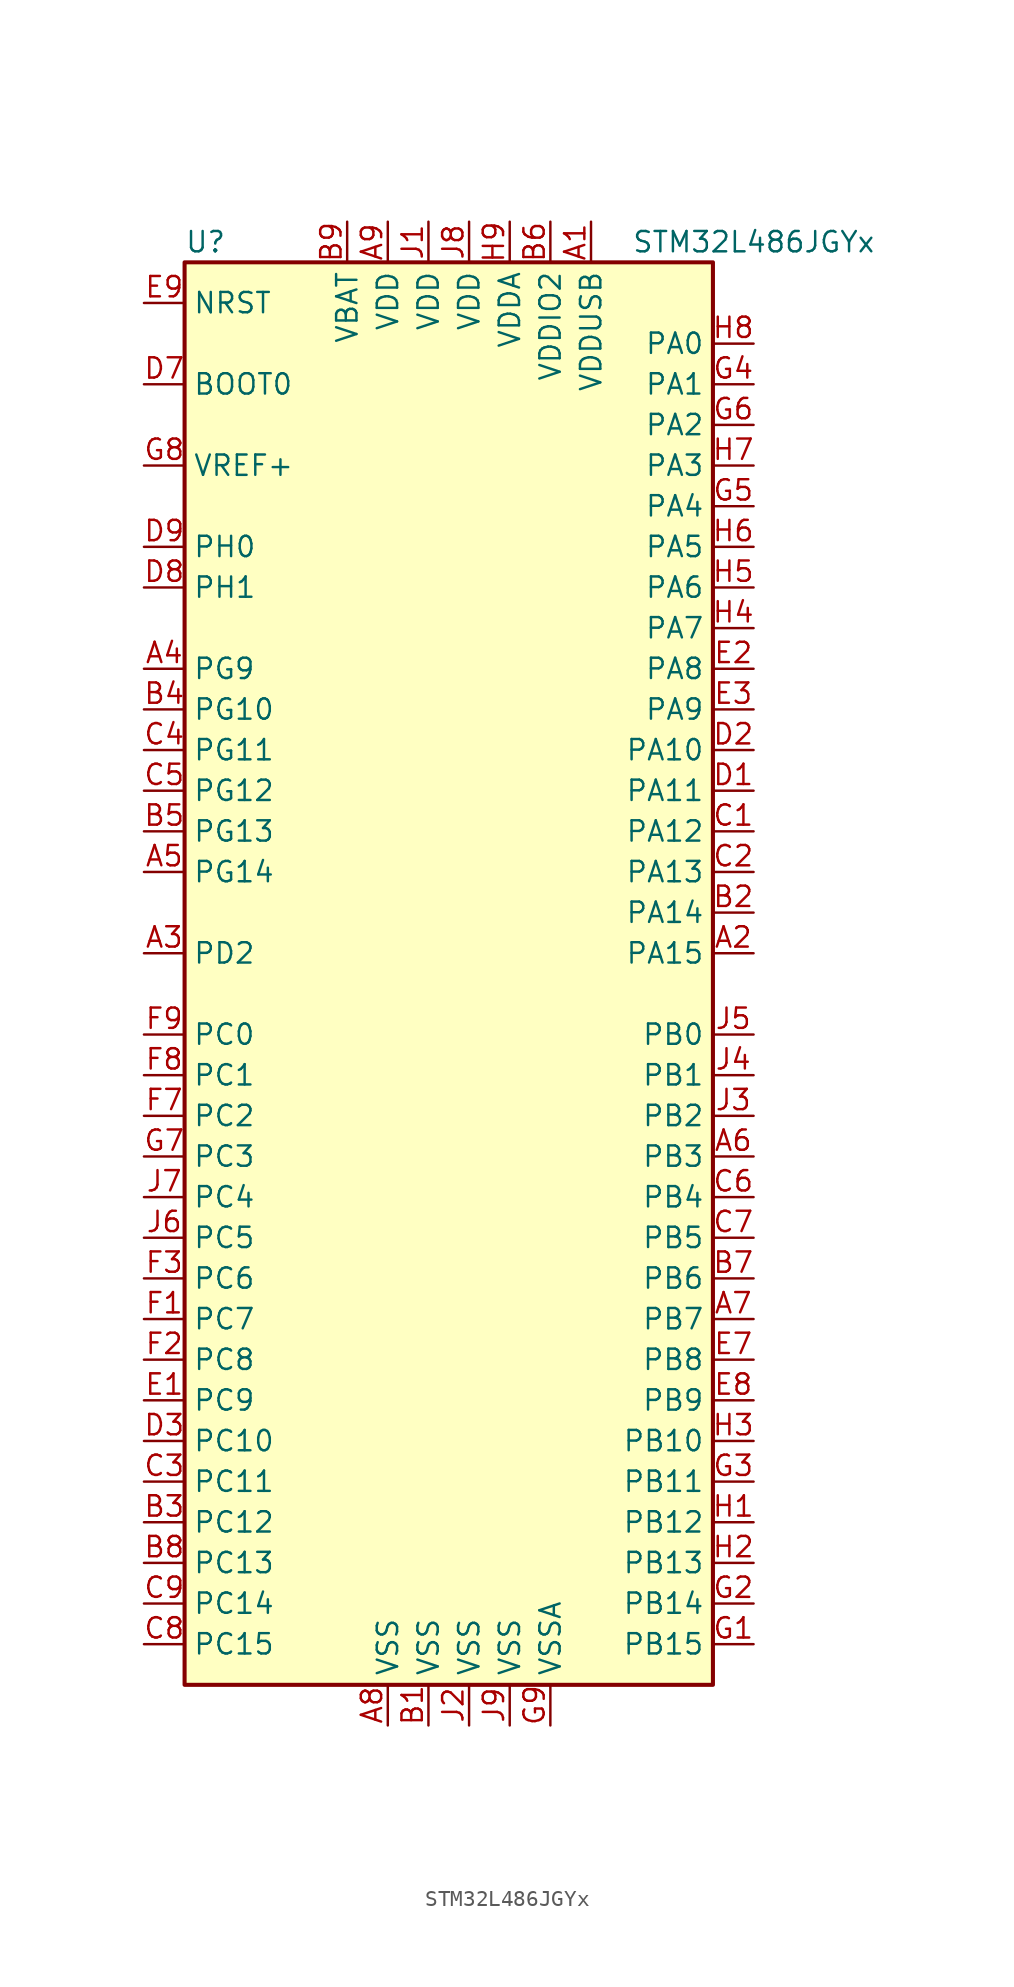
<source format=kicad_sym>
(kicad_symbol_lib
  (version 20220914)
  (generator kicad_symbol_editor)
  (symbol "STM32L486JGYx"
    (property "Reference" "U"
      (at -17.78 44.45 0)
      (effects (font (size 1.27 1.27)) (justify left)))
    (property "Value" "STM32L486JGYx"
      (at 10.16 44.45 0)
      (effects (font (size 1.27 1.27)) (justify left)))
    (symbol "STM32L486JGYx_0_1"
      (rectangle (start -17.78 -45.72) (end 15.24 43.18) (stroke (width 0.254) (type default)) (fill (type background))))
    (symbol "STM32L486JGYx_1_1"
      (pin power_in line (at 7.62 45.72 270) (length 2.54) (name "VDDUSB" (effects (font (size 1.27 1.27)))) (number "A1" (effects (font (size 1.27 1.27)))))
      (pin bidirectional line (at 17.78 0 180) (length 2.54) (name "PA15" (effects (font (size 1.27 1.27)))) (number "A2" (effects (font (size 1.27 1.27)))))
      (pin bidirectional line (at -20.32 0 0) (length 2.54) (name "PD2" (effects (font (size 1.27 1.27)))) (number "A3" (effects (font (size 1.27 1.27)))))
      (pin bidirectional line (at -20.32 17.78 0) (length 2.54) (name "PG9" (effects (font (size 1.27 1.27)))) (number "A4" (effects (font (size 1.27 1.27)))))
      (pin bidirectional line (at -20.32 5.08 0) (length 2.54) (name "PG14" (effects (font (size 1.27 1.27)))) (number "A5" (effects (font (size 1.27 1.27)))))
      (pin bidirectional line (at 17.78 -12.7 180) (length 2.54) (name "PB3" (effects (font (size 1.27 1.27)))) (number "A6" (effects (font (size 1.27 1.27)))))
      (pin bidirectional line (at 17.78 -22.86 180) (length 2.54) (name "PB7" (effects (font (size 1.27 1.27)))) (number "A7" (effects (font (size 1.27 1.27)))))
      (pin power_in line (at -5.08 -48.26 90) (length 2.54) (name "VSS" (effects (font (size 1.27 1.27)))) (number "A8" (effects (font (size 1.27 1.27)))))
      (pin power_in line (at -5.08 45.72 270) (length 2.54) (name "VDD" (effects (font (size 1.27 1.27)))) (number "A9" (effects (font (size 1.27 1.27)))))
      (pin power_in line (at -2.54 -48.26 90) (length 2.54) (name "VSS" (effects (font (size 1.27 1.27)))) (number "B1" (effects (font (size 1.27 1.27)))))
      (pin bidirectional line (at 17.78 2.54 180) (length 2.54) (name "PA14" (effects (font (size 1.27 1.27)))) (number "B2" (effects (font (size 1.27 1.27)))))
      (pin bidirectional line (at -20.32 -35.56 0) (length 2.54) (name "PC12" (effects (font (size 1.27 1.27)))) (number "B3" (effects (font (size 1.27 1.27)))))
      (pin bidirectional line (at -20.32 15.24 0) (length 2.54) (name "PG10" (effects (font (size 1.27 1.27)))) (number "B4" (effects (font (size 1.27 1.27)))))
      (pin bidirectional line (at -20.32 7.62 0) (length 2.54) (name "PG13" (effects (font (size 1.27 1.27)))) (number "B5" (effects (font (size 1.27 1.27)))))
      (pin power_in line (at 5.08 45.72 270) (length 2.54) (name "VDDIO2" (effects (font (size 1.27 1.27)))) (number "B6" (effects (font (size 1.27 1.27)))))
      (pin bidirectional line (at 17.78 -20.32 180) (length 2.54) (name "PB6" (effects (font (size 1.27 1.27)))) (number "B7" (effects (font (size 1.27 1.27)))))
      (pin bidirectional line (at -20.32 -38.1 0) (length 2.54) (name "PC13" (effects (font (size 1.27 1.27)))) (number "B8" (effects (font (size 1.27 1.27)))))
      (pin power_in line (at -7.62 45.72 270) (length 2.54) (name "VBAT" (effects (font (size 1.27 1.27)))) (number "B9" (effects (font (size 1.27 1.27)))))
      (pin bidirectional line (at 17.78 7.62 180) (length 2.54) (name "PA12" (effects (font (size 1.27 1.27)))) (number "C1" (effects (font (size 1.27 1.27)))))
      (pin bidirectional line (at 17.78 5.08 180) (length 2.54) (name "PA13" (effects (font (size 1.27 1.27)))) (number "C2" (effects (font (size 1.27 1.27)))))
      (pin bidirectional line (at -20.32 -33.02 0) (length 2.54) (name "PC11" (effects (font (size 1.27 1.27)))) (number "C3" (effects (font (size 1.27 1.27)))))
      (pin bidirectional line (at -20.32 12.7 0) (length 2.54) (name "PG11" (effects (font (size 1.27 1.27)))) (number "C4" (effects (font (size 1.27 1.27)))))
      (pin bidirectional line (at -20.32 10.16 0) (length 2.54) (name "PG12" (effects (font (size 1.27 1.27)))) (number "C5" (effects (font (size 1.27 1.27)))))
      (pin bidirectional line (at 17.78 -15.24 180) (length 2.54) (name "PB4" (effects (font (size 1.27 1.27)))) (number "C6" (effects (font (size 1.27 1.27)))))
      (pin bidirectional line (at 17.78 -17.78 180) (length 2.54) (name "PB5" (effects (font (size 1.27 1.27)))) (number "C7" (effects (font (size 1.27 1.27)))))
      (pin bidirectional line (at -20.32 -43.18 0) (length 2.54) (name "PC15" (effects (font (size 1.27 1.27)))) (number "C8" (effects (font (size 1.27 1.27)))))
      (pin bidirectional line (at -20.32 -40.64 0) (length 2.54) (name "PC14" (effects (font (size 1.27 1.27)))) (number "C9" (effects (font (size 1.27 1.27)))))
      (pin bidirectional line (at 17.78 10.16 180) (length 2.54) (name "PA11" (effects (font (size 1.27 1.27)))) (number "D1" (effects (font (size 1.27 1.27)))))
      (pin bidirectional line (at 17.78 12.7 180) (length 2.54) (name "PA10" (effects (font (size 1.27 1.27)))) (number "D2" (effects (font (size 1.27 1.27)))))
      (pin bidirectional line (at -20.32 -30.48 0) (length 2.54) (name "PC10" (effects (font (size 1.27 1.27)))) (number "D3" (effects (font (size 1.27 1.27)))))
      (pin input line (at -20.32 35.56 0) (length 2.54) (name "BOOT0" (effects (font (size 1.27 1.27)))) (number "D7" (effects (font (size 1.27 1.27)))))
      (pin input line (at -20.32 22.86 0) (length 2.54) (name "PH1" (effects (font (size 1.27 1.27)))) (number "D8" (effects (font (size 1.27 1.27)))))
      (pin input line (at -20.32 25.4 0) (length 2.54) (name "PH0" (effects (font (size 1.27 1.27)))) (number "D9" (effects (font (size 1.27 1.27)))))
      (pin bidirectional line (at -20.32 -27.94 0) (length 2.54) (name "PC9" (effects (font (size 1.27 1.27)))) (number "E1" (effects (font (size 1.27 1.27)))))
      (pin bidirectional line (at 17.78 17.78 180) (length 2.54) (name "PA8" (effects (font (size 1.27 1.27)))) (number "E2" (effects (font (size 1.27 1.27)))))
      (pin bidirectional line (at 17.78 15.24 180) (length 2.54) (name "PA9" (effects (font (size 1.27 1.27)))) (number "E3" (effects (font (size 1.27 1.27)))))
      (pin bidirectional line (at 17.78 -25.4 180) (length 2.54) (name "PB8" (effects (font (size 1.27 1.27)))) (number "E7" (effects (font (size 1.27 1.27)))))
      (pin bidirectional line (at 17.78 -27.94 180) (length 2.54) (name "PB9" (effects (font (size 1.27 1.27)))) (number "E8" (effects (font (size 1.27 1.27)))))
      (pin input line (at -20.32 40.64 0) (length 2.54) (name "NRST" (effects (font (size 1.27 1.27)))) (number "E9" (effects (font (size 1.27 1.27)))))
      (pin bidirectional line (at -20.32 -22.86 0) (length 2.54) (name "PC7" (effects (font (size 1.27 1.27)))) (number "F1" (effects (font (size 1.27 1.27)))))
      (pin bidirectional line (at -20.32 -25.4 0) (length 2.54) (name "PC8" (effects (font (size 1.27 1.27)))) (number "F2" (effects (font (size 1.27 1.27)))))
      (pin bidirectional line (at -20.32 -20.32 0) (length 2.54) (name "PC6" (effects (font (size 1.27 1.27)))) (number "F3" (effects (font (size 1.27 1.27)))))
      (pin bidirectional line (at -20.32 -10.16 0) (length 2.54) (name "PC2" (effects (font (size 1.27 1.27)))) (number "F7" (effects (font (size 1.27 1.27)))))
      (pin bidirectional line (at -20.32 -7.62 0) (length 2.54) (name "PC1" (effects (font (size 1.27 1.27)))) (number "F8" (effects (font (size 1.27 1.27)))))
      (pin bidirectional line (at -20.32 -5.08 0) (length 2.54) (name "PC0" (effects (font (size 1.27 1.27)))) (number "F9" (effects (font (size 1.27 1.27)))))
      (pin bidirectional line (at 17.78 -43.18 180) (length 2.54) (name "PB15" (effects (font (size 1.27 1.27)))) (number "G1" (effects (font (size 1.27 1.27)))))
      (pin bidirectional line (at 17.78 -40.64 180) (length 2.54) (name "PB14" (effects (font (size 1.27 1.27)))) (number "G2" (effects (font (size 1.27 1.27)))))
      (pin bidirectional line (at 17.78 -33.02 180) (length 2.54) (name "PB11" (effects (font (size 1.27 1.27)))) (number "G3" (effects (font (size 1.27 1.27)))))
      (pin bidirectional line (at 17.78 35.56 180) (length 2.54) (name "PA1" (effects (font (size 1.27 1.27)))) (number "G4" (effects (font (size 1.27 1.27)))))
      (pin bidirectional line (at 17.78 27.94 180) (length 2.54) (name "PA4" (effects (font (size 1.27 1.27)))) (number "G5" (effects (font (size 1.27 1.27)))))
      (pin bidirectional line (at 17.78 33.02 180) (length 2.54) (name "PA2" (effects (font (size 1.27 1.27)))) (number "G6" (effects (font (size 1.27 1.27)))))
      (pin bidirectional line (at -20.32 -12.7 0) (length 2.54) (name "PC3" (effects (font (size 1.27 1.27)))) (number "G7" (effects (font (size 1.27 1.27)))))
      (pin bidirectional line (at -20.32 30.48 0) (length 2.54) (name "VREF+" (effects (font (size 1.27 1.27)))) (number "G8" (effects (font (size 1.27 1.27)))))
      (pin power_in line (at 5.08 -48.26 90) (length 2.54) (name "VSSA" (effects (font (size 1.27 1.27)))) (number "G9" (effects (font (size 1.27 1.27)))))
      (pin bidirectional line (at 17.78 -35.56 180) (length 2.54) (name "PB12" (effects (font (size 1.27 1.27)))) (number "H1" (effects (font (size 1.27 1.27)))))
      (pin bidirectional line (at 17.78 -38.1 180) (length 2.54) (name "PB13" (effects (font (size 1.27 1.27)))) (number "H2" (effects (font (size 1.27 1.27)))))
      (pin bidirectional line (at 17.78 -30.48 180) (length 2.54) (name "PB10" (effects (font (size 1.27 1.27)))) (number "H3" (effects (font (size 1.27 1.27)))))
      (pin bidirectional line (at 17.78 20.32 180) (length 2.54) (name "PA7" (effects (font (size 1.27 1.27)))) (number "H4" (effects (font (size 1.27 1.27)))))
      (pin bidirectional line (at 17.78 22.86 180) (length 2.54) (name "PA6" (effects (font (size 1.27 1.27)))) (number "H5" (effects (font (size 1.27 1.27)))))
      (pin bidirectional line (at 17.78 25.4 180) (length 2.54) (name "PA5" (effects (font (size 1.27 1.27)))) (number "H6" (effects (font (size 1.27 1.27)))))
      (pin bidirectional line (at 17.78 30.48 180) (length 2.54) (name "PA3" (effects (font (size 1.27 1.27)))) (number "H7" (effects (font (size 1.27 1.27)))))
      (pin bidirectional line (at 17.78 38.1 180) (length 2.54) (name "PA0" (effects (font (size 1.27 1.27)))) (number "H8" (effects (font (size 1.27 1.27)))))
      (pin power_in line (at 2.54 45.72 270) (length 2.54) (name "VDDA" (effects (font (size 1.27 1.27)))) (number "H9" (effects (font (size 1.27 1.27)))))
      (pin power_in line (at -2.54 45.72 270) (length 2.54) (name "VDD" (effects (font (size 1.27 1.27)))) (number "J1" (effects (font (size 1.27 1.27)))))
      (pin power_in line (at 0 -48.26 90) (length 2.54) (name "VSS" (effects (font (size 1.27 1.27)))) (number "J2" (effects (font (size 1.27 1.27)))))
      (pin bidirectional line (at 17.78 -10.16 180) (length 2.54) (name "PB2" (effects (font (size 1.27 1.27)))) (number "J3" (effects (font (size 1.27 1.27)))))
      (pin bidirectional line (at 17.78 -7.62 180) (length 2.54) (name "PB1" (effects (font (size 1.27 1.27)))) (number "J4" (effects (font (size 1.27 1.27)))))
      (pin bidirectional line (at 17.78 -5.08 180) (length 2.54) (name "PB0" (effects (font (size 1.27 1.27)))) (number "J5" (effects (font (size 1.27 1.27)))))
      (pin bidirectional line (at -20.32 -17.78 0) (length 2.54) (name "PC5" (effects (font (size 1.27 1.27)))) (number "J6" (effects (font (size 1.27 1.27)))))
      (pin bidirectional line (at -20.32 -15.24 0) (length 2.54) (name "PC4" (effects (font (size 1.27 1.27)))) (number "J7" (effects (font (size 1.27 1.27)))))
      (pin power_in line (at 0 45.72 270) (length 2.54) (name "VDD" (effects (font (size 1.27 1.27)))) (number "J8" (effects (font (size 1.27 1.27)))))
      (pin power_in line (at 2.54 -48.26 90) (length 2.54) (name "VSS" (effects (font (size 1.27 1.27)))) (number "J9" (effects (font (size 1.27 1.27))))))))
</source>
